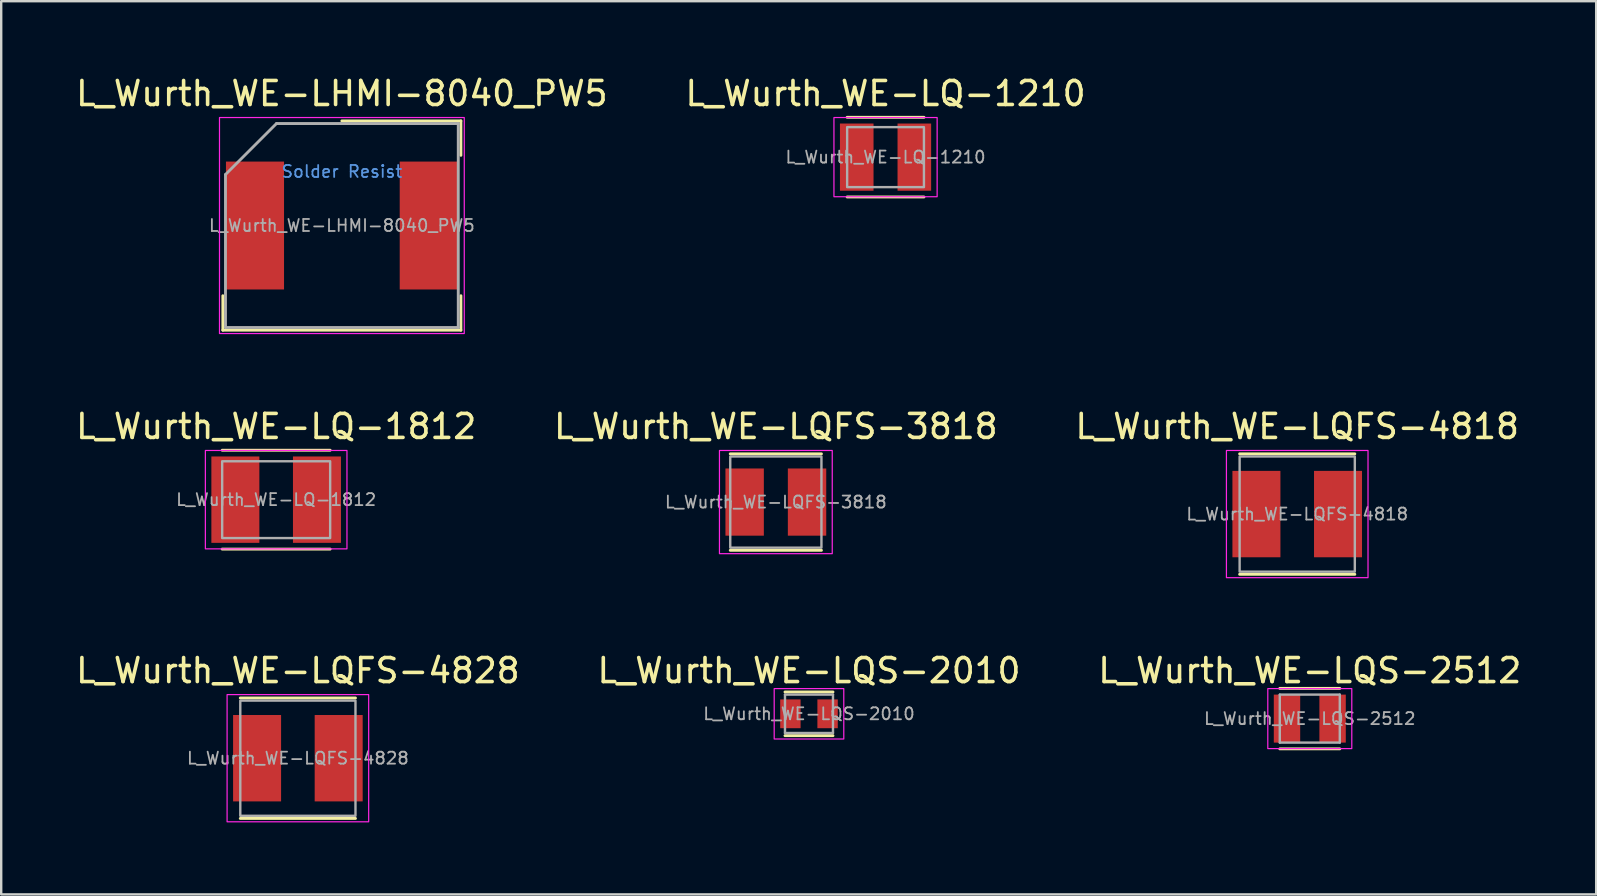
<source format=kicad_pcb>
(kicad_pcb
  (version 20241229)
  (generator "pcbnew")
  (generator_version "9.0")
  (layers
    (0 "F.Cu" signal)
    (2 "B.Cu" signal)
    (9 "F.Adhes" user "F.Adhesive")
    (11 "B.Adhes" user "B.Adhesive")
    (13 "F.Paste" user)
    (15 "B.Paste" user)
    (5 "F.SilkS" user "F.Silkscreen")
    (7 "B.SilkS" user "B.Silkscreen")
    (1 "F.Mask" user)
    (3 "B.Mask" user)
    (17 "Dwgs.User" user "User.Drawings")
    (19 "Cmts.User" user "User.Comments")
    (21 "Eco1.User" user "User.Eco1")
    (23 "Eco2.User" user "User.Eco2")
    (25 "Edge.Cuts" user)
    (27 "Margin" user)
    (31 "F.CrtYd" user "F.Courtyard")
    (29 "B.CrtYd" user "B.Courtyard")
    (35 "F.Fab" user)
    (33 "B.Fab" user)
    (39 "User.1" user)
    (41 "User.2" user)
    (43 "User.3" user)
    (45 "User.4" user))
  (footprint "L_Wurth_WE-LQS-2010"
    (layer "F.Cu")
    (at 30.661 26.695)
    (property "Reference" "L_Wurth_WE-LQS-2010" (at 0 -1.8 0) (unlocked yes) (layer "F.SilkS") (effects (font (size 1 1) (thickness 0.15))))
    (attr smd)
    (fp_line (start -1 -0.91) (end 1 -0.91) (stroke (width 0.12) (type solid)) (layer "F.SilkS"))
    (fp_line (start -1 0.91) (end 1 0.91) (stroke (width 0.12) (type solid)) (layer "F.SilkS"))
    (fp_rect (start -1.45 -1.05) (end 1.45 1.05) (stroke (width 0.05) (type solid)) (fill no) (layer "F.CrtYd"))
    (fp_line (start -1 -0.8) (end -1 0.8) (stroke (width 0.1) (type solid)) (layer "F.Fab"))
    (fp_line (start -1 -0.8) (end 1 -0.8) (stroke (width 0.1) (type solid)) (layer "F.Fab"))
    (fp_line (start -1 0.8) (end 1 0.8) (stroke (width 0.1) (type solid)) (layer "F.Fab"))
    (fp_line (start 1 -0.8) (end 1 0.8) (stroke (width 0.1) (type solid)) (layer "F.Fab"))
    (fp_text user "${REFERENCE}" (at 0 0 0) (unlocked yes) (layer "F.Fab") (effects (font (size 0.5 0.5) (thickness 0.075))))
    (pad "1" smd rect (at -0.775 0) (size 0.85 1.2) (layers "F.Cu" "F.Mask" "F.Paste"))
    (pad "2" smd rect (at 0.775 0) (size 0.85 1.2) (layers "F.Cu" "F.Mask" "F.Paste")))
  (footprint "L_Wurth_WE-LQ-1210"
    (layer "F.Cu")
    (at 33.851 3.498)
    (property "Reference" "L_Wurth_WE-LQ-1210" (at 0 -2.65 0) (unlocked yes) (layer "F.SilkS") (effects (font (size 1 1) (thickness 0.15))))
    (attr smd)
    (fp_line (start -1.6 -1.66) (end 1.6 -1.66) (stroke (width 0.12) (type solid)) (layer "F.SilkS"))
    (fp_line (start -1.6 1.66) (end 1.6 1.66) (stroke (width 0.12) (type solid)) (layer "F.SilkS"))
    (fp_rect (start -2.15 -1.65) (end 2.15 1.65) (stroke (width 0.05) (type solid)) (fill no) (layer "F.CrtYd"))
    (fp_rect (start -1.6 -1.25) (end 1.6 1.25) (stroke (width 0.1) (type solid)) (fill no) (layer "F.Fab"))
    (fp_text user "${REFERENCE}" (at 0 0 0) (unlocked yes) (layer "F.Fab") (effects (font (size 0.5 0.5) (thickness 0.075))))
    (pad "1" smd rect (at -1.2 0) (size 1.4 2.8) (layers "F.Cu" "F.Mask" "F.Paste"))
    (pad "2" smd rect (at 1.2 0) (size 1.4 2.8) (layers "F.Cu" "F.Mask" "F.Paste")))
  (footprint "L_Wurth_WE-LQFS-3818"
    (layer "F.Cu")
    (at 29.28 17.872)
    (property "Reference" "L_Wurth_WE-LQFS-3818" (at 0 -3.15 0) (unlocked yes) (layer "F.SilkS") (effects (font (size 1 1) (thickness 0.15))))
    (attr smd)
    (fp_line (start -1.9 -2.01) (end 1.9 -2.01) (stroke (width 0.12) (type solid)) (layer "F.SilkS"))
    (fp_line (start -1.9 2.01) (end 1.9 2.01) (stroke (width 0.12) (type solid)) (layer "F.SilkS"))
    (fp_rect (start -2.35 -2.15) (end 2.35 2.15) (stroke (width 0.05) (type solid)) (fill no) (layer "F.CrtYd"))
    (fp_rect (start -1.9 -1.9) (end 1.9 1.9) (stroke (width 0.1) (type solid)) (fill no) (layer "F.Fab"))
    (fp_text user "${REFERENCE}" (at 0 0 0) (unlocked yes) (layer "F.Fab") (effects (font (size 0.5 0.5) (thickness 0.075))))
    (pad "1" smd rect (at -1.3 0) (size 1.6 2.8) (layers "F.Cu" "F.Mask" "F.Paste"))
    (pad "2" smd rect (at 1.3 0) (size 1.6 2.8) (layers "F.Cu" "F.Mask" "F.Paste")))
  (footprint "L_Wurth_WE-LQFS-4818"
    (layer "F.Cu")
    (at 51.006 18.372)
    (property "Reference" "L_Wurth_WE-LQFS-4818" (at 0 -3.65 0) (unlocked yes) (layer "F.SilkS") (effects (font (size 1 1) (thickness 0.15))))
    (attr smd)
    (fp_line (start -2.4 -2.51) (end 2.4 -2.51) (stroke (width 0.12) (type solid)) (layer "F.SilkS"))
    (fp_line (start -2.4 2.51) (end 2.4 2.51) (stroke (width 0.12) (type solid)) (layer "F.SilkS"))
    (fp_rect (start -2.95 -2.65) (end 2.95 2.65) (stroke (width 0.05) (type solid)) (fill no) (layer "F.CrtYd"))
    (fp_rect (start -2.4 -2.4) (end 2.4 2.4) (stroke (width 0.1) (type solid)) (fill no) (layer "F.Fab"))
    (fp_text user "${REFERENCE}" (at 0 0 0) (unlocked yes) (layer "F.Fab") (effects (font (size 0.5 0.5) (thickness 0.075))))
    (pad "1" smd rect (at -1.7 0) (size 2 3.6) (layers "F.Cu" "F.Mask" "F.Paste"))
    (pad "2" smd rect (at 1.7 0) (size 2 3.6) (layers "F.Cu" "F.Mask" "F.Paste")))
  (footprint "L_Wurth_WE-LQ-1812"
    (layer "F.Cu")
    (at 8.458 17.771)
    (property "Reference" "L_Wurth_WE-LQ-1812" (at 0 -3.05 0) (unlocked yes) (layer "F.SilkS") (effects (font (size 1 1) (thickness 0.15))))
    (attr smd)
    (fp_line (start -2.25 -2.06) (end 2.25 -2.06) (stroke (width 0.12) (type solid)) (layer "F.SilkS"))
    (fp_line (start -2.25 2.06) (end 2.25 2.06) (stroke (width 0.12) (type solid)) (layer "F.SilkS"))
    (fp_rect (start -2.95 -2.05) (end 2.95 2.05) (stroke (width 0.05) (type solid)) (fill no) (layer "F.CrtYd"))
    (fp_rect (start -2.25 -1.6) (end 2.25 1.6) (stroke (width 0.1) (type solid)) (fill no) (layer "F.Fab"))
    (fp_text user "${REFERENCE}" (at 0 0 0) (unlocked yes) (layer "F.Fab") (effects (font (size 0.5 0.5) (thickness 0.075))))
    (pad "1" smd rect (at -1.7 0) (size 2 3.6) (layers "F.Cu" "F.Mask" "F.Paste"))
    (pad "2" smd rect (at 1.7 0) (size 2 3.6) (layers "F.Cu" "F.Mask" "F.Paste")))
  (footprint "L_Wurth_WE-LQS-2512"
    (layer "F.Cu")
    (at 51.53 26.895)
    (property "Reference" "L_Wurth_WE-LQS-2512" (at 0 -2 0) (unlocked yes) (layer "F.SilkS") (effects (font (size 1 1) (thickness 0.15))))
    (attr smd)
    (fp_line (start -1.25 -1.26) (end 1.25 -1.26) (stroke (width 0.12) (type solid)) (layer "F.SilkS"))
    (fp_line (start -1.25 1.26) (end 1.25 1.26) (stroke (width 0.12) (type solid)) (layer "F.SilkS"))
    (fp_rect (start -1.75 -1.25) (end 1.75 1.25) (stroke (width 0.05) (type solid)) (fill no) (layer "F.CrtYd"))
    (fp_line (start -1.25 -1) (end -1.25 1) (stroke (width 0.1) (type solid)) (layer "F.Fab"))
    (fp_line (start -1.25 -1) (end 1.25 -1) (stroke (width 0.1) (type solid)) (layer "F.Fab"))
    (fp_line (start -1.25 1) (end 1.25 1) (stroke (width 0.1) (type solid)) (layer "F.Fab"))
    (fp_line (start 1.25 -1) (end 1.25 1) (stroke (width 0.1) (type solid)) (layer "F.Fab"))
    (fp_text user "${REFERENCE}" (at 0 0 0) (unlocked yes) (layer "F.Fab") (effects (font (size 0.5 0.5) (thickness 0.075))))
    (pad "1" smd rect (at -0.95 0) (size 1.1 2) (layers "F.Cu" "F.Mask" "F.Paste"))
    (pad "2" smd rect (at 0.95 0) (size 1.1 2) (layers "F.Cu" "F.Mask" "F.Paste")))
  (footprint "L_Wurth_WE-LQFS-4828"
    (layer "F.Cu")
    (at 9.363 28.545)
    (property "Reference" "L_Wurth_WE-LQFS-4828" (at 0 -3.65 0) (unlocked yes) (layer "F.SilkS") (effects (font (size 1 1) (thickness 0.15))))
    (attr smd)
    (fp_line (start -2.4 -2.51) (end 2.4 -2.51) (stroke (width 0.12) (type solid)) (layer "F.SilkS"))
    (fp_line (start -2.4 2.51) (end 2.4 2.51) (stroke (width 0.12) (type solid)) (layer "F.SilkS"))
    (fp_rect (start -2.95 -2.65) (end 2.95 2.65) (stroke (width 0.05) (type solid)) (fill no) (layer "F.CrtYd"))
    (fp_rect (start -2.4 -2.4) (end 2.4 2.4) (stroke (width 0.1) (type solid)) (fill no) (layer "F.Fab"))
    (fp_text user "${REFERENCE}" (at 0 0 0) (unlocked yes) (layer "F.Fab") (effects (font (size 0.5 0.5) (thickness 0.075))))
    (pad "1" smd rect (at -1.7 0) (size 2 3.6) (layers "F.Cu" "F.Mask" "F.Paste"))
    (pad "2" smd rect (at 1.7 0) (size 2 3.6) (layers "F.Cu" "F.Mask" "F.Paste")))
  (footprint "L_Wurth_WE-LHMI-8040_PW5"
    (layer "F.Cu")
    (at 11.196 6.348)
    (property "Reference" "L_Wurth_WE-LHMI-8040_PW5" (at 0 -5.5 0) (unlocked yes) (layer "F.SilkS") (effects (font (size 1 1) (thickness 0.15))))
    (attr smd)
    (fp_line (start -4.96 4.36) (end -4.96 2.925) (stroke (width 0.12) (type solid)) (layer "F.SilkS"))
    (fp_line (start -4.96 4.36) (end 4.96 4.36) (stroke (width 0.12) (type solid)) (layer "F.SilkS"))
    (fp_line (start 0 -4.36) (end 4.96 -4.36) (stroke (width 0.12) (type solid)) (layer "F.SilkS"))
    (fp_line (start 4.96 -4.36) (end 4.96 -2.925) (stroke (width 0.12) (type solid)) (layer "F.SilkS"))
    (fp_line (start 4.96 4.36) (end 4.96 2.925) (stroke (width 0.12) (type solid)) (layer "F.SilkS"))
    (fp_rect (start -5.1 -4.5) (end 5.1 4.5) (stroke (width 0.05) (type solid)) (fill no) (layer "F.CrtYd"))
    (fp_line (start -4.85 -2.125) (end -4.85 4.25) (stroke (width 0.12) (type solid)) (layer "F.Fab"))
    (fp_line (start -4.85 4.25) (end 4.85 4.25) (stroke (width 0.12) (type solid)) (layer "F.Fab"))
    (fp_line (start -2.725 -4.25) (end -4.85 -2.125) (stroke (width 0.12) (type solid)) (layer "F.Fab"))
    (fp_line (start 4.85 -4.25) (end -2.725 -4.25) (stroke (width 0.12) (type solid)) (layer "F.Fab"))
    (fp_line (start 4.85 4.25) (end 4.85 -4.25) (stroke (width 0.12) (type solid)) (layer "F.Fab"))
    (fp_text user "Solder Resist" (at 0 -2.25 0) (unlocked yes) (layer "Cmts.User") (effects (font (size 0.5 0.5) (thickness 0.075))))
    (fp_text user "${REFERENCE}" (at 0 0 0) (unlocked yes) (layer "F.Fab") (effects (font (size 0.5 0.5) (thickness 0.075))))
    (pad "1" smd rect (at -3.62 0) (size 2.42 5.33) (layers "F.Cu" "F.Mask" "F.Paste"))
    (pad "2" smd rect (at 3.62 0) (size 2.42 5.33) (layers "F.Cu" "F.Mask" "F.Paste"))
    (zone (net_name "") (layers "F.Cu" "Dwgs.User") (name "Solder Resist") (hatch full 0.1) (connect_pads) (min_thickness 0.25) (filled_areas_thickness no) (keepout (tracks not_allowed) (vias not_allowed) (pads not_allowed) (copperpour not_allowed) (footprints not_allowed)) (placement (enabled no)) (fill) (polygon (pts (xy 8.786 10.848) (xy 13.606 10.848) (xy 13.606 1.848) (xy 8.786 1.848)))))
  (gr_rect
    (start -3 -3)
    (end 63.464 34.22)
    (stroke (width 0.1) (type default))
    (fill no)
    (layer "Edge.Cuts")))
</source>
